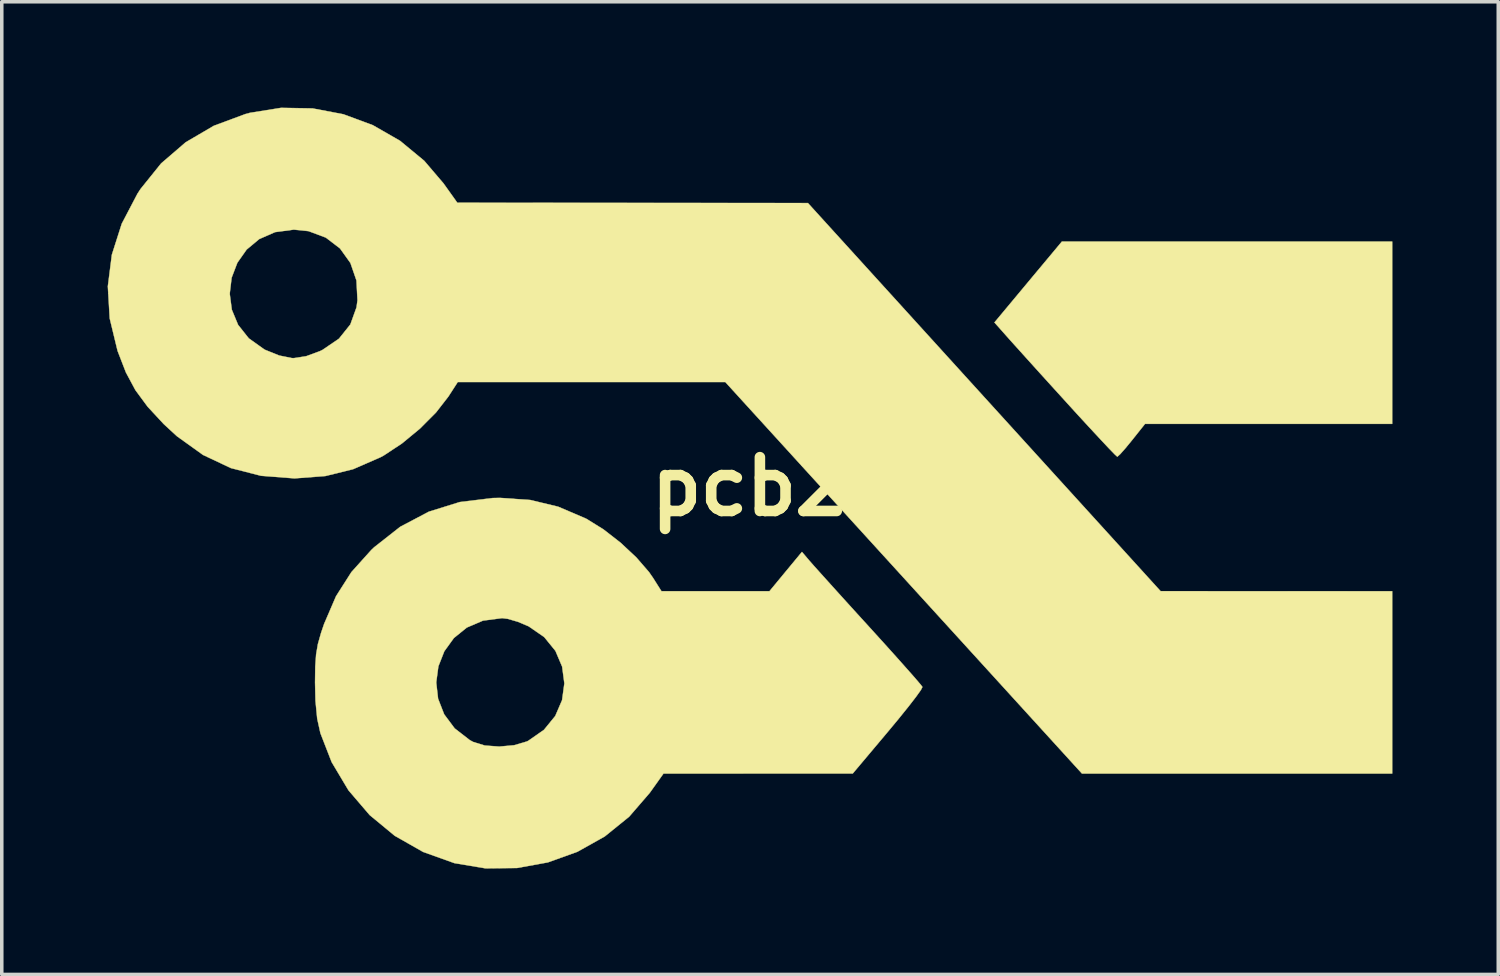
<source format=kicad_pcb>
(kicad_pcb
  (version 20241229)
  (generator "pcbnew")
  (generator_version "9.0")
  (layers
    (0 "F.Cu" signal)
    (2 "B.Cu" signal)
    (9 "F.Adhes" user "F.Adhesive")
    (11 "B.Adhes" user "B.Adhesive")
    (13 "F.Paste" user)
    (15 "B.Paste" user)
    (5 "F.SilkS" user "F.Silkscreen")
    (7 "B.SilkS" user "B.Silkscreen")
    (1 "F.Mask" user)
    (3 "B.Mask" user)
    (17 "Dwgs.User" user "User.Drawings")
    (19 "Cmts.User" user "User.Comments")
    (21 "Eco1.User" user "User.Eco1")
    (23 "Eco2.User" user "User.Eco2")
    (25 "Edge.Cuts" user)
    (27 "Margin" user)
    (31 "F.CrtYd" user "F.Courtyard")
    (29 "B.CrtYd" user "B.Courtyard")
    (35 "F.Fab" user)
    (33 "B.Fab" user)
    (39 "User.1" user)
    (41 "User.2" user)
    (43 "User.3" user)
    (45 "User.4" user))
  (footprint "pcb2"
    (layer "F.Cu")
    (at 18.187 10.736)
    (property "Reference" "pcb2" (at 0 0 0) (layer "F.SilkS") (effects (font (size 1.524 1.524) (thickness 0.3))))
    (attr through_hole)
    (fp_poly (pts (xy 18.203 -1.778) (xy 11.201 -1.778) (xy 10.83 -1.312) (xy 10.641 -1.082) (xy 10.493 -0.916) (xy 10.417 -0.848) (xy 10.415 -0.848) (xy 10.348 -0.908) (xy 10.184 -1.077) (xy 9.94 -1.337) (xy 9.63 -1.671) (xy 9.271 -2.061) (xy 9.017 -2.34) (xy 8.611 -2.787) (xy 8.221 -3.217) (xy 7.869 -3.607) (xy 7.577 -3.931) (xy 7.366 -4.165) (xy 7.299 -4.241) (xy 6.935 -4.651) (xy 7.89 -5.797) (xy 8.846 -6.943) (xy 18.203 -6.943) (xy 18.203 -1.778)) (stroke (width 0.01) (type solid)) (fill yes) (layer "F.SilkS"))
    (fp_poly (pts (xy -12.382 -10.715) (xy -11.509 -10.549) (xy -10.675 -10.24) (xy -9.905 -9.798) (xy -9.219 -9.231) (xy -8.673 -8.591) (xy -8.282 -8.043) (xy 1.651 -8.034) (xy 6.646 -2.536) (xy 11.642 2.961) (xy 14.922 2.962) (xy 18.203 2.963) (xy 18.203 8.128) (xy 9.414 8.128) (xy 4.362 2.582) (xy -0.69 -2.963) (xy -4.479 -2.963) (xy -8.269 -2.963) (xy -8.536 -2.55) (xy -8.884 -2.102) (xy -9.34 -1.644) (xy -9.85 -1.223) (xy -10.363 -0.884) (xy -10.459 -0.832) (xy -11.234 -0.494) (xy -12.02 -0.3) (xy -12.873 -0.235) (xy -12.912 -0.235) (xy -13.842 -0.307) (xy -14.697 -0.526) (xy -15.487 -0.899) (xy -16.227 -1.43) (xy -16.6 -1.774) (xy -17.056 -2.266) (xy -17.401 -2.734) (xy -17.67 -3.235) (xy -17.9 -3.829) (xy -17.908 -3.852) (xy -18.129 -4.765) (xy -18.17 -5.466) (xy -14.729 -5.466) (xy -14.67 -5.013) (xy -14.492 -4.583) (xy -14.189 -4.201) (xy -13.755 -3.891) (xy -13.721 -3.873) (xy -13.326 -3.714) (xy -12.967 -3.642) (xy -12.912 -3.641) (xy -12.566 -3.694) (xy -12.172 -3.839) (xy -12.102 -3.873) (xy -11.635 -4.191) (xy -11.312 -4.594) (xy -11.137 -5.08) (xy -11.11 -5.279) (xy -11.139 -5.84) (xy -11.31 -6.336) (xy -11.605 -6.748) (xy -12.007 -7.055) (xy -12.497 -7.238) (xy -12.912 -7.281) (xy -13.444 -7.21) (xy -13.892 -7.014) (xy -14.25 -6.716) (xy -14.513 -6.343) (xy -14.675 -5.918) (xy -14.729 -5.466) (xy -18.17 -5.466) (xy -18.182 -5.674) (xy -18.068 -6.571) (xy -17.788 -7.448) (xy -17.343 -8.298) (xy -17.255 -8.433) (xy -16.672 -9.157) (xy -15.976 -9.756) (xy -15.177 -10.224) (xy -14.282 -10.556) (xy -14.159 -10.589) (xy -13.273 -10.731) (xy -12.382 -10.715)) (stroke (width 0.01) (type solid)) (fill yes) (layer "F.SilkS"))
    (fp_poly (pts (xy -6.213 0.379) (xy -5.426 0.568) (xy -4.651 0.899) (xy -4.617 0.916) (xy -4.142 1.211) (xy -3.656 1.589) (xy -3.209 2.007) (xy -2.849 2.423) (xy -2.735 2.588) (xy -2.498 2.963) (xy -0.968 2.963) (xy 0.561 2.963) (xy 1.021 2.406) (xy 1.482 1.849) (xy 1.693 2.098) (xy 1.807 2.228) (xy 2.018 2.463) (xy 2.306 2.783) (xy 2.654 3.168) (xy 3.045 3.599) (xy 3.387 3.974) (xy 3.787 4.415) (xy 4.148 4.816) (xy 4.454 5.16) (xy 4.692 5.43) (xy 4.844 5.608) (xy 4.895 5.675) (xy 4.852 5.76) (xy 4.715 5.952) (xy 4.501 6.229) (xy 4.227 6.569) (xy 3.921 6.938) (xy 2.921 8.127) (xy -2.44 8.128) (xy -2.831 8.676) (xy -3.414 9.351) (xy -4.105 9.91) (xy -4.879 10.344) (xy -5.716 10.645) (xy -6.591 10.804) (xy -7.482 10.814) (xy -8.364 10.666) (xy -9.25 10.349) (xy -10.055 9.891) (xy -10.765 9.304) (xy -11.365 8.603) (xy -11.842 7.803) (xy -12.16 6.985) (xy -12.251 6.573) (xy -12.3 6.067) (xy -12.312 5.548) (xy -8.879 5.548) (xy -8.826 6.009) (xy -8.654 6.45) (xy -8.357 6.848) (xy -7.931 7.179) (xy -7.832 7.233) (xy -7.504 7.334) (xy -7.094 7.364) (xy -6.673 7.326) (xy -6.313 7.22) (xy -6.275 7.202) (xy -5.827 6.89) (xy -5.507 6.497) (xy -5.314 6.049) (xy -5.249 5.574) (xy -5.312 5.099) (xy -5.502 4.653) (xy -5.82 4.262) (xy -6.26 3.958) (xy -6.562 3.83) (xy -6.855 3.745) (xy -7.012 3.725) (xy -7.554 3.796) (xy -8.012 3.992) (xy -8.379 4.289) (xy -8.65 4.664) (xy -8.818 5.091) (xy -8.879 5.548) (xy -12.312 5.548) (xy -12.312 5.546) (xy -12.306 5.096) (xy -12.282 4.754) (xy -12.231 4.458) (xy -12.143 4.147) (xy -12.056 3.891) (xy -11.717 3.103) (xy -11.282 2.421) (xy -10.719 1.795) (xy -10.639 1.719) (xy -9.9 1.138) (xy -9.089 0.71) (xy -8.213 0.437) (xy -7.279 0.323) (xy -7.07 0.319) (xy -6.213 0.379)) (stroke (width 0.01) (type solid)) (fill yes) (layer "F.SilkS")))
  (gr_rect
    (start -3 -3)
    (end 39.395 24.555)
    (stroke (width 0.1) (type default))
    (fill no)
    (layer "Edge.Cuts")))
</source>
